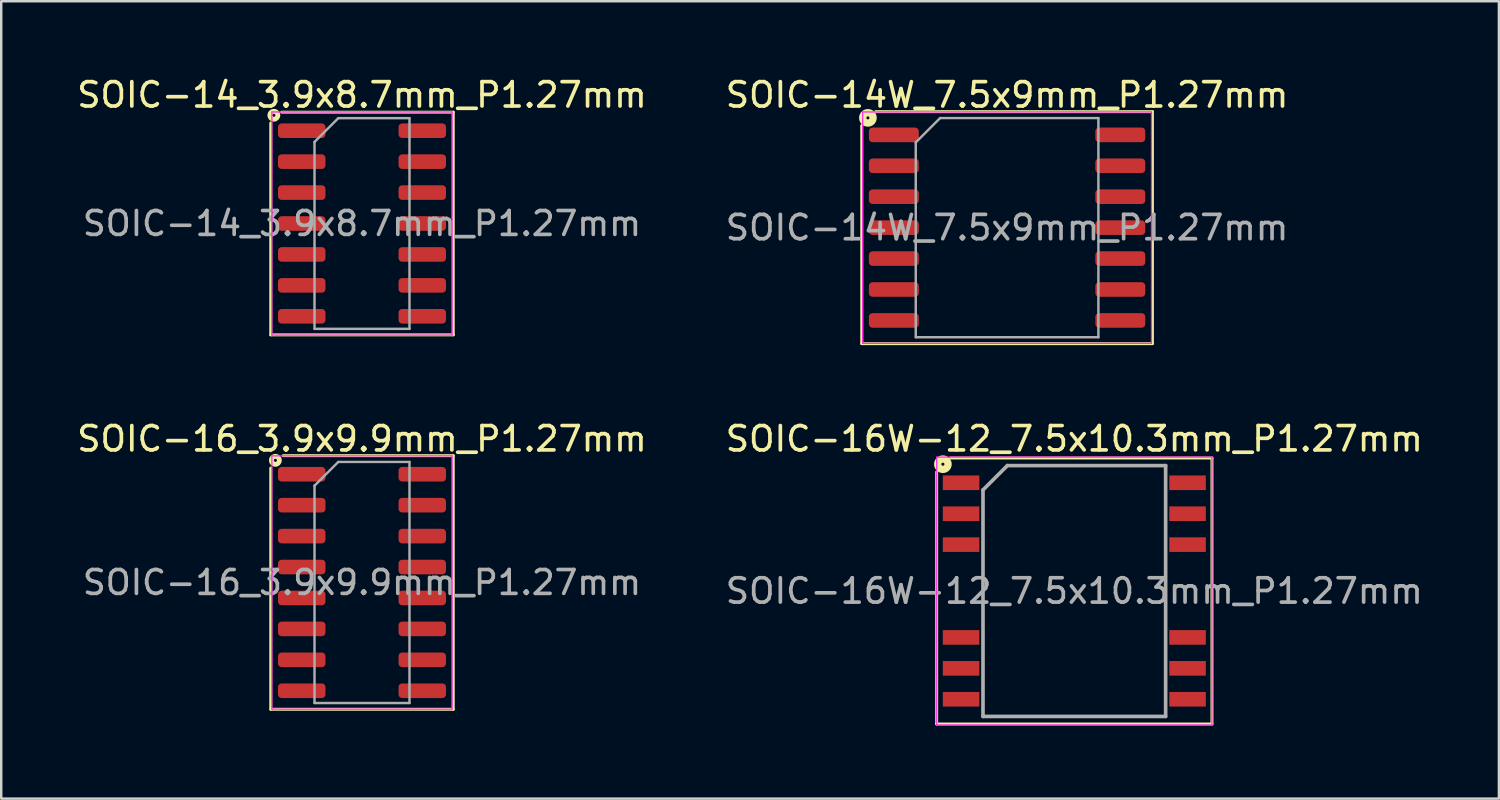
<source format=kicad_pcb>
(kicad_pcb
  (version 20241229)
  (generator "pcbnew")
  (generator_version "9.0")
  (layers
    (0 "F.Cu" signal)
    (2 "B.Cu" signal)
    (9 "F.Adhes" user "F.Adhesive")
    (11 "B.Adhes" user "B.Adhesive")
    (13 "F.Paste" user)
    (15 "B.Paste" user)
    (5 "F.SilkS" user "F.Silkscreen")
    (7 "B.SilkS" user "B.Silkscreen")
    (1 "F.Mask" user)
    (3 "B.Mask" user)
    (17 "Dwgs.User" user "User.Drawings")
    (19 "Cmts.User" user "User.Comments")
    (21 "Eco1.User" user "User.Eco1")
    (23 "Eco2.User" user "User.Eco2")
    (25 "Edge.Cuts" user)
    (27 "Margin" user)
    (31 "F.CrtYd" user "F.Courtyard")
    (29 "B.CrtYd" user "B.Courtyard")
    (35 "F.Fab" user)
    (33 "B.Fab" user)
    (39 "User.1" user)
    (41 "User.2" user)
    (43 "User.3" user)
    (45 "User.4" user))
  (footprint "SOIC-16W-12_7.5x10.3mm_P1.27mm"
    (layer "F.Cu")
    (at 41.065 21.219)
    (property "Reference" "SOIC-16W-12_7.5x10.3mm_P1.27mm" (at 0 -6.25 0) (layer "F.SilkS") (effects (font (size 1 1) (thickness 0.15))))
    (attr smd)
    (fp_line (start -5.652 -4.889) (end -5.652 5.461) (stroke (width 0.12) (type solid)) (layer "F.SilkS"))
    (fp_line (start -5.652 5.461) (end 5.652 5.461) (stroke (width 0.12) (type solid)) (layer "F.SilkS"))
    (fp_line (start 5.652 -5.461) (end -5.08 -5.461) (stroke (width 0.12) (type solid)) (layer "F.SilkS"))
    (fp_line (start 5.652 5.461) (end 5.652 -5.461) (stroke (width 0.12) (type solid)) (layer "F.SilkS"))
    (fp_circle (center -5.397 -5.207) (end -5.334 -5.207) (stroke (width 0.3) (type solid)) (fill no) (layer "F.SilkS"))
    (fp_line (start -5.65 -5.5) (end -5.65 5.5) (stroke (width 0.05) (type solid)) (layer "F.CrtYd"))
    (fp_line (start -5.65 -5.5) (end 5.65 -5.5) (stroke (width 0.05) (type solid)) (layer "F.CrtYd"))
    (fp_line (start -5.65 5.5) (end 5.65 5.5) (stroke (width 0.05) (type solid)) (layer "F.CrtYd"))
    (fp_line (start 5.65 -5.5) (end 5.65 5.5) (stroke (width 0.05) (type solid)) (layer "F.CrtYd"))
    (fp_line (start -3.75 -4.15) (end -2.75 -5.15) (stroke (width 0.15) (type solid)) (layer "F.Fab"))
    (fp_line (start -3.75 5.15) (end -3.75 -4.15) (stroke (width 0.15) (type solid)) (layer "F.Fab"))
    (fp_line (start -2.75 -5.15) (end 3.75 -5.15) (stroke (width 0.15) (type solid)) (layer "F.Fab"))
    (fp_line (start 3.75 -5.15) (end 3.75 5.15) (stroke (width 0.15) (type solid)) (layer "F.Fab"))
    (fp_line (start 3.75 5.15) (end -3.75 5.15) (stroke (width 0.15) (type solid)) (layer "F.Fab"))
    (fp_text user "${REFERENCE}" (at 0 0 0) (layer "F.Fab") (effects (font (size 1 1) (thickness 0.15))))
    (pad "1" smd rect (at -4.65 -4.445) (size 1.5 0.6) (layers "F.Cu" "F.Mask" "F.Paste"))
    (pad "2" smd rect (at -4.65 -3.175) (size 1.5 0.6) (layers "F.Cu" "F.Mask" "F.Paste"))
    (pad "3" smd rect (at -4.65 -1.905) (size 1.5 0.6) (layers "F.Cu" "F.Mask" "F.Paste"))
    (pad "6" smd rect (at -4.65 1.905) (size 1.5 0.6) (layers "F.Cu" "F.Mask" "F.Paste"))
    (pad "7" smd rect (at -4.65 3.175) (size 1.5 0.6) (layers "F.Cu" "F.Mask" "F.Paste"))
    (pad "8" smd rect (at -4.65 4.445) (size 1.5 0.6) (layers "F.Cu" "F.Mask" "F.Paste"))
    (pad "9" smd rect (at 4.65 4.445) (size 1.5 0.6) (layers "F.Cu" "F.Mask" "F.Paste"))
    (pad "10" smd rect (at 4.65 3.175) (size 1.5 0.6) (layers "F.Cu" "F.Mask" "F.Paste"))
    (pad "11" smd rect (at 4.65 1.905) (size 1.5 0.6) (layers "F.Cu" "F.Mask" "F.Paste"))
    (pad "14" smd rect (at 4.65 -1.905) (size 1.5 0.6) (layers "F.Cu" "F.Mask" "F.Paste"))
    (pad "15" smd rect (at 4.65 -3.175) (size 1.5 0.6) (layers "F.Cu" "F.Mask" "F.Paste"))
    (pad "16" smd rect (at 4.65 -4.445) (size 1.5 0.6) (layers "F.Cu" "F.Mask" "F.Paste")))
  (footprint "SOIC-14_3.9x8.7mm_P1.27mm"
    (layer "F.Cu")
    (at 11.815 6.128)
    (property "Reference" "SOIC-14_3.9x8.7mm_P1.27mm" (at 0 -5.28 0) (layer "F.SilkS") (effects (font (size 1 1) (thickness 0.15))))
    (attr smd)
    (fp_line (start -3.747 -4.128) (end -3.747 4.572) (stroke (width 0.12) (type solid)) (layer "F.SilkS"))
    (fp_line (start -3.747 4.572) (end 3.747 4.572) (stroke (width 0.12) (type solid)) (layer "F.SilkS"))
    (fp_line (start 3.747 -4.572) (end -3.302 -4.572) (stroke (width 0.12) (type solid)) (layer "F.SilkS"))
    (fp_line (start 3.747 4.572) (end 3.747 -4.572) (stroke (width 0.12) (type solid)) (layer "F.SilkS"))
    (fp_circle (center -3.619 -4.445) (end -3.556 -4.445) (stroke (width 0.2) (type solid)) (fill no) (layer "F.SilkS"))
    (fp_line (start -3.7 -4.58) (end -3.7 4.58) (stroke (width 0.05) (type solid)) (layer "F.CrtYd"))
    (fp_line (start -3.7 4.58) (end 3.7 4.58) (stroke (width 0.05) (type solid)) (layer "F.CrtYd"))
    (fp_line (start 3.7 -4.58) (end -3.7 -4.58) (stroke (width 0.05) (type solid)) (layer "F.CrtYd"))
    (fp_line (start 3.7 4.58) (end 3.7 -4.58) (stroke (width 0.05) (type solid)) (layer "F.CrtYd"))
    (fp_line (start -1.95 -3.35) (end -0.975 -4.325) (stroke (width 0.1) (type solid)) (layer "F.Fab"))
    (fp_line (start -1.95 4.325) (end -1.95 -3.35) (stroke (width 0.1) (type solid)) (layer "F.Fab"))
    (fp_line (start -0.975 -4.325) (end 1.95 -4.325) (stroke (width 0.1) (type solid)) (layer "F.Fab"))
    (fp_line (start 1.95 -4.325) (end 1.95 4.325) (stroke (width 0.1) (type solid)) (layer "F.Fab"))
    (fp_line (start 1.95 4.325) (end -1.95 4.325) (stroke (width 0.1) (type solid)) (layer "F.Fab"))
    (fp_text user "${REFERENCE}" (at 0 0 0) (layer "F.Fab") (effects (font (size 0.98 0.98) (thickness 0.15))))
    (pad "1" smd roundrect (at -2.475 -3.81) (size 1.95 0.6) (layers "F.Cu" "F.Mask" "F.Paste") (roundrect_rratio 0.25))
    (pad "2" smd roundrect (at -2.475 -2.54) (size 1.95 0.6) (layers "F.Cu" "F.Mask" "F.Paste") (roundrect_rratio 0.25))
    (pad "3" smd roundrect (at -2.475 -1.27) (size 1.95 0.6) (layers "F.Cu" "F.Mask" "F.Paste") (roundrect_rratio 0.25))
    (pad "4" smd roundrect (at -2.475 0) (size 1.95 0.6) (layers "F.Cu" "F.Mask" "F.Paste") (roundrect_rratio 0.25))
    (pad "5" smd roundrect (at -2.475 1.27) (size 1.95 0.6) (layers "F.Cu" "F.Mask" "F.Paste") (roundrect_rratio 0.25))
    (pad "6" smd roundrect (at -2.475 2.54) (size 1.95 0.6) (layers "F.Cu" "F.Mask" "F.Paste") (roundrect_rratio 0.25))
    (pad "7" smd roundrect (at -2.475 3.81) (size 1.95 0.6) (layers "F.Cu" "F.Mask" "F.Paste") (roundrect_rratio 0.25))
    (pad "8" smd roundrect (at 2.475 3.81) (size 1.95 0.6) (layers "F.Cu" "F.Mask" "F.Paste") (roundrect_rratio 0.25))
    (pad "9" smd roundrect (at 2.475 2.54) (size 1.95 0.6) (layers "F.Cu" "F.Mask" "F.Paste") (roundrect_rratio 0.25))
    (pad "10" smd roundrect (at 2.475 1.27) (size 1.95 0.6) (layers "F.Cu" "F.Mask" "F.Paste") (roundrect_rratio 0.25))
    (pad "11" smd roundrect (at 2.475 0) (size 1.95 0.6) (layers "F.Cu" "F.Mask" "F.Paste") (roundrect_rratio 0.25))
    (pad "12" smd roundrect (at 2.475 -1.27) (size 1.95 0.6) (layers "F.Cu" "F.Mask" "F.Paste") (roundrect_rratio 0.25))
    (pad "13" smd roundrect (at 2.475 -2.54) (size 1.95 0.6) (layers "F.Cu" "F.Mask" "F.Paste") (roundrect_rratio 0.25))
    (pad "14" smd roundrect (at 2.475 -3.81) (size 1.95 0.6) (layers "F.Cu" "F.Mask" "F.Paste") (roundrect_rratio 0.25)))
  (footprint "SOIC-14W_7.5x9mm_P1.27mm"
    (layer "F.Cu")
    (at 38.304 6.298)
    (property "Reference" "SOIC-14W_7.5x9mm_P1.27mm" (at 0 -5.45 0) (layer "F.SilkS") (effects (font (size 1 1) (thickness 0.15))))
    (attr smd)
    (fp_line (start -5.969 -4.191) (end -5.969 4.763) (stroke (width 0.12) (type solid)) (layer "F.SilkS"))
    (fp_line (start -5.969 4.763) (end 5.969 4.763) (stroke (width 0.12) (type solid)) (layer "F.SilkS"))
    (fp_line (start 5.969 -4.763) (end -5.397 -4.763) (stroke (width 0.12) (type solid)) (layer "F.SilkS"))
    (fp_line (start 5.969 4.763) (end 5.969 -4.763) (stroke (width 0.12) (type solid)) (layer "F.SilkS"))
    (fp_circle (center -5.715 -4.508) (end -5.652 -4.508) (stroke (width 0.3) (type solid)) (fill no) (layer "F.SilkS"))
    (fp_line (start -5.93 -4.75) (end -5.93 4.75) (stroke (width 0.05) (type solid)) (layer "F.CrtYd"))
    (fp_line (start -5.93 4.75) (end 5.93 4.75) (stroke (width 0.05) (type solid)) (layer "F.CrtYd"))
    (fp_line (start 5.93 -4.75) (end -5.93 -4.75) (stroke (width 0.05) (type solid)) (layer "F.CrtYd"))
    (fp_line (start 5.93 4.75) (end 5.93 -4.75) (stroke (width 0.05) (type solid)) (layer "F.CrtYd"))
    (fp_line (start -3.75 -3.5) (end -2.75 -4.5) (stroke (width 0.1) (type solid)) (layer "F.Fab"))
    (fp_line (start -3.75 4.5) (end -3.75 -3.5) (stroke (width 0.1) (type solid)) (layer "F.Fab"))
    (fp_line (start -2.75 -4.5) (end 3.75 -4.5) (stroke (width 0.1) (type solid)) (layer "F.Fab"))
    (fp_line (start 3.75 -4.5) (end 3.75 4.5) (stroke (width 0.1) (type solid)) (layer "F.Fab"))
    (fp_line (start 3.75 4.5) (end -3.75 4.5) (stroke (width 0.1) (type solid)) (layer "F.Fab"))
    (fp_text user "${REFERENCE}" (at 0 0 0) (layer "F.Fab") (effects (font (size 1 1) (thickness 0.15))))
    (pad "1" smd roundrect (at -4.65 -3.81) (size 2.05 0.6) (layers "F.Cu" "F.Mask" "F.Paste") (roundrect_rratio 0.25))
    (pad "2" smd roundrect (at -4.65 -2.54) (size 2.05 0.6) (layers "F.Cu" "F.Mask" "F.Paste") (roundrect_rratio 0.25))
    (pad "3" smd roundrect (at -4.65 -1.27) (size 2.05 0.6) (layers "F.Cu" "F.Mask" "F.Paste") (roundrect_rratio 0.25))
    (pad "4" smd roundrect (at -4.65 0) (size 2.05 0.6) (layers "F.Cu" "F.Mask" "F.Paste") (roundrect_rratio 0.25))
    (pad "5" smd roundrect (at -4.65 1.27) (size 2.05 0.6) (layers "F.Cu" "F.Mask" "F.Paste") (roundrect_rratio 0.25))
    (pad "6" smd roundrect (at -4.65 2.54) (size 2.05 0.6) (layers "F.Cu" "F.Mask" "F.Paste") (roundrect_rratio 0.25))
    (pad "7" smd roundrect (at -4.65 3.81) (size 2.05 0.6) (layers "F.Cu" "F.Mask" "F.Paste") (roundrect_rratio 0.25))
    (pad "8" smd roundrect (at 4.65 3.81) (size 2.05 0.6) (layers "F.Cu" "F.Mask" "F.Paste") (roundrect_rratio 0.25))
    (pad "9" smd roundrect (at 4.65 2.54) (size 2.05 0.6) (layers "F.Cu" "F.Mask" "F.Paste") (roundrect_rratio 0.25))
    (pad "10" smd roundrect (at 4.65 1.27) (size 2.05 0.6) (layers "F.Cu" "F.Mask" "F.Paste") (roundrect_rratio 0.25))
    (pad "11" smd roundrect (at 4.65 0) (size 2.05 0.6) (layers "F.Cu" "F.Mask" "F.Paste") (roundrect_rratio 0.25))
    (pad "12" smd roundrect (at 4.65 -1.27) (size 2.05 0.6) (layers "F.Cu" "F.Mask" "F.Paste") (roundrect_rratio 0.25))
    (pad "13" smd roundrect (at 4.65 -2.54) (size 2.05 0.6) (layers "F.Cu" "F.Mask" "F.Paste") (roundrect_rratio 0.25))
    (pad "14" smd roundrect (at 4.65 -3.81) (size 2.05 0.6) (layers "F.Cu" "F.Mask" "F.Paste") (roundrect_rratio 0.25)))
  (footprint "SOIC-16_3.9x9.9mm_P1.27mm"
    (layer "F.Cu")
    (at 11.815 20.869)
    (property "Reference" "SOIC-16_3.9x9.9mm_P1.27mm" (at 0 -5.9 0) (layer "F.SilkS") (effects (font (size 1 1) (thickness 0.15))))
    (attr smd)
    (fp_line (start -3.747 -4.699) (end -3.747 5.207) (stroke (width 0.12) (type solid)) (layer "F.SilkS"))
    (fp_line (start -3.747 5.207) (end 3.747 5.207) (stroke (width 0.12) (type solid)) (layer "F.SilkS"))
    (fp_line (start 3.747 -5.207) (end -3.239 -5.207) (stroke (width 0.12) (type solid)) (layer "F.SilkS"))
    (fp_line (start 3.747 5.207) (end 3.747 -5.207) (stroke (width 0.12) (type solid)) (layer "F.SilkS"))
    (fp_circle (center -3.556 -5.016) (end -3.493 -5.016) (stroke (width 0.2) (type solid)) (fill no) (layer "F.SilkS"))
    (fp_line (start -3.7 -5.2) (end -3.7 5.2) (stroke (width 0.05) (type solid)) (layer "F.CrtYd"))
    (fp_line (start -3.7 5.2) (end 3.7 5.2) (stroke (width 0.05) (type solid)) (layer "F.CrtYd"))
    (fp_line (start 3.7 -5.2) (end -3.7 -5.2) (stroke (width 0.05) (type solid)) (layer "F.CrtYd"))
    (fp_line (start 3.7 5.2) (end 3.7 -5.2) (stroke (width 0.05) (type solid)) (layer "F.CrtYd"))
    (fp_line (start -1.95 -3.975) (end -0.975 -4.95) (stroke (width 0.1) (type solid)) (layer "F.Fab"))
    (fp_line (start -1.95 4.95) (end -1.95 -3.975) (stroke (width 0.1) (type solid)) (layer "F.Fab"))
    (fp_line (start -0.975 -4.95) (end 1.95 -4.95) (stroke (width 0.1) (type solid)) (layer "F.Fab"))
    (fp_line (start 1.95 -4.95) (end 1.95 4.95) (stroke (width 0.1) (type solid)) (layer "F.Fab"))
    (fp_line (start 1.95 4.95) (end -1.95 4.95) (stroke (width 0.1) (type solid)) (layer "F.Fab"))
    (fp_text user "${REFERENCE}" (at 0 0 0) (layer "F.Fab") (effects (font (size 0.98 0.98) (thickness 0.15))))
    (pad "1" smd roundrect (at -2.475 -4.445) (size 1.95 0.6) (layers "F.Cu" "F.Mask" "F.Paste") (roundrect_rratio 0.25))
    (pad "2" smd roundrect (at -2.475 -3.175) (size 1.95 0.6) (layers "F.Cu" "F.Mask" "F.Paste") (roundrect_rratio 0.25))
    (pad "3" smd roundrect (at -2.475 -1.905) (size 1.95 0.6) (layers "F.Cu" "F.Mask" "F.Paste") (roundrect_rratio 0.25))
    (pad "4" smd roundrect (at -2.475 -0.635) (size 1.95 0.6) (layers "F.Cu" "F.Mask" "F.Paste") (roundrect_rratio 0.25))
    (pad "5" smd roundrect (at -2.475 0.635) (size 1.95 0.6) (layers "F.Cu" "F.Mask" "F.Paste") (roundrect_rratio 0.25))
    (pad "6" smd roundrect (at -2.475 1.905) (size 1.95 0.6) (layers "F.Cu" "F.Mask" "F.Paste") (roundrect_rratio 0.25))
    (pad "7" smd roundrect (at -2.475 3.175) (size 1.95 0.6) (layers "F.Cu" "F.Mask" "F.Paste") (roundrect_rratio 0.25))
    (pad "8" smd roundrect (at -2.475 4.445) (size 1.95 0.6) (layers "F.Cu" "F.Mask" "F.Paste") (roundrect_rratio 0.25))
    (pad "9" smd roundrect (at 2.475 4.445) (size 1.95 0.6) (layers "F.Cu" "F.Mask" "F.Paste") (roundrect_rratio 0.25))
    (pad "10" smd roundrect (at 2.475 3.175) (size 1.95 0.6) (layers "F.Cu" "F.Mask" "F.Paste") (roundrect_rratio 0.25))
    (pad "11" smd roundrect (at 2.475 1.905) (size 1.95 0.6) (layers "F.Cu" "F.Mask" "F.Paste") (roundrect_rratio 0.25))
    (pad "12" smd roundrect (at 2.475 0.635) (size 1.95 0.6) (layers "F.Cu" "F.Mask" "F.Paste") (roundrect_rratio 0.25))
    (pad "13" smd roundrect (at 2.475 -0.635) (size 1.95 0.6) (layers "F.Cu" "F.Mask" "F.Paste") (roundrect_rratio 0.25))
    (pad "14" smd roundrect (at 2.475 -1.905) (size 1.95 0.6) (layers "F.Cu" "F.Mask" "F.Paste") (roundrect_rratio 0.25))
    (pad "15" smd roundrect (at 2.475 -3.175) (size 1.95 0.6) (layers "F.Cu" "F.Mask" "F.Paste") (roundrect_rratio 0.25))
    (pad "16" smd roundrect (at 2.475 -4.445) (size 1.95 0.6) (layers "F.Cu" "F.Mask" "F.Paste") (roundrect_rratio 0.25)))
  (gr_rect
    (start -3 -3)
    (end 58.5 29.744)
    (stroke (width 0.1) (type default))
    (fill no)
    (layer "Edge.Cuts")))
</source>
